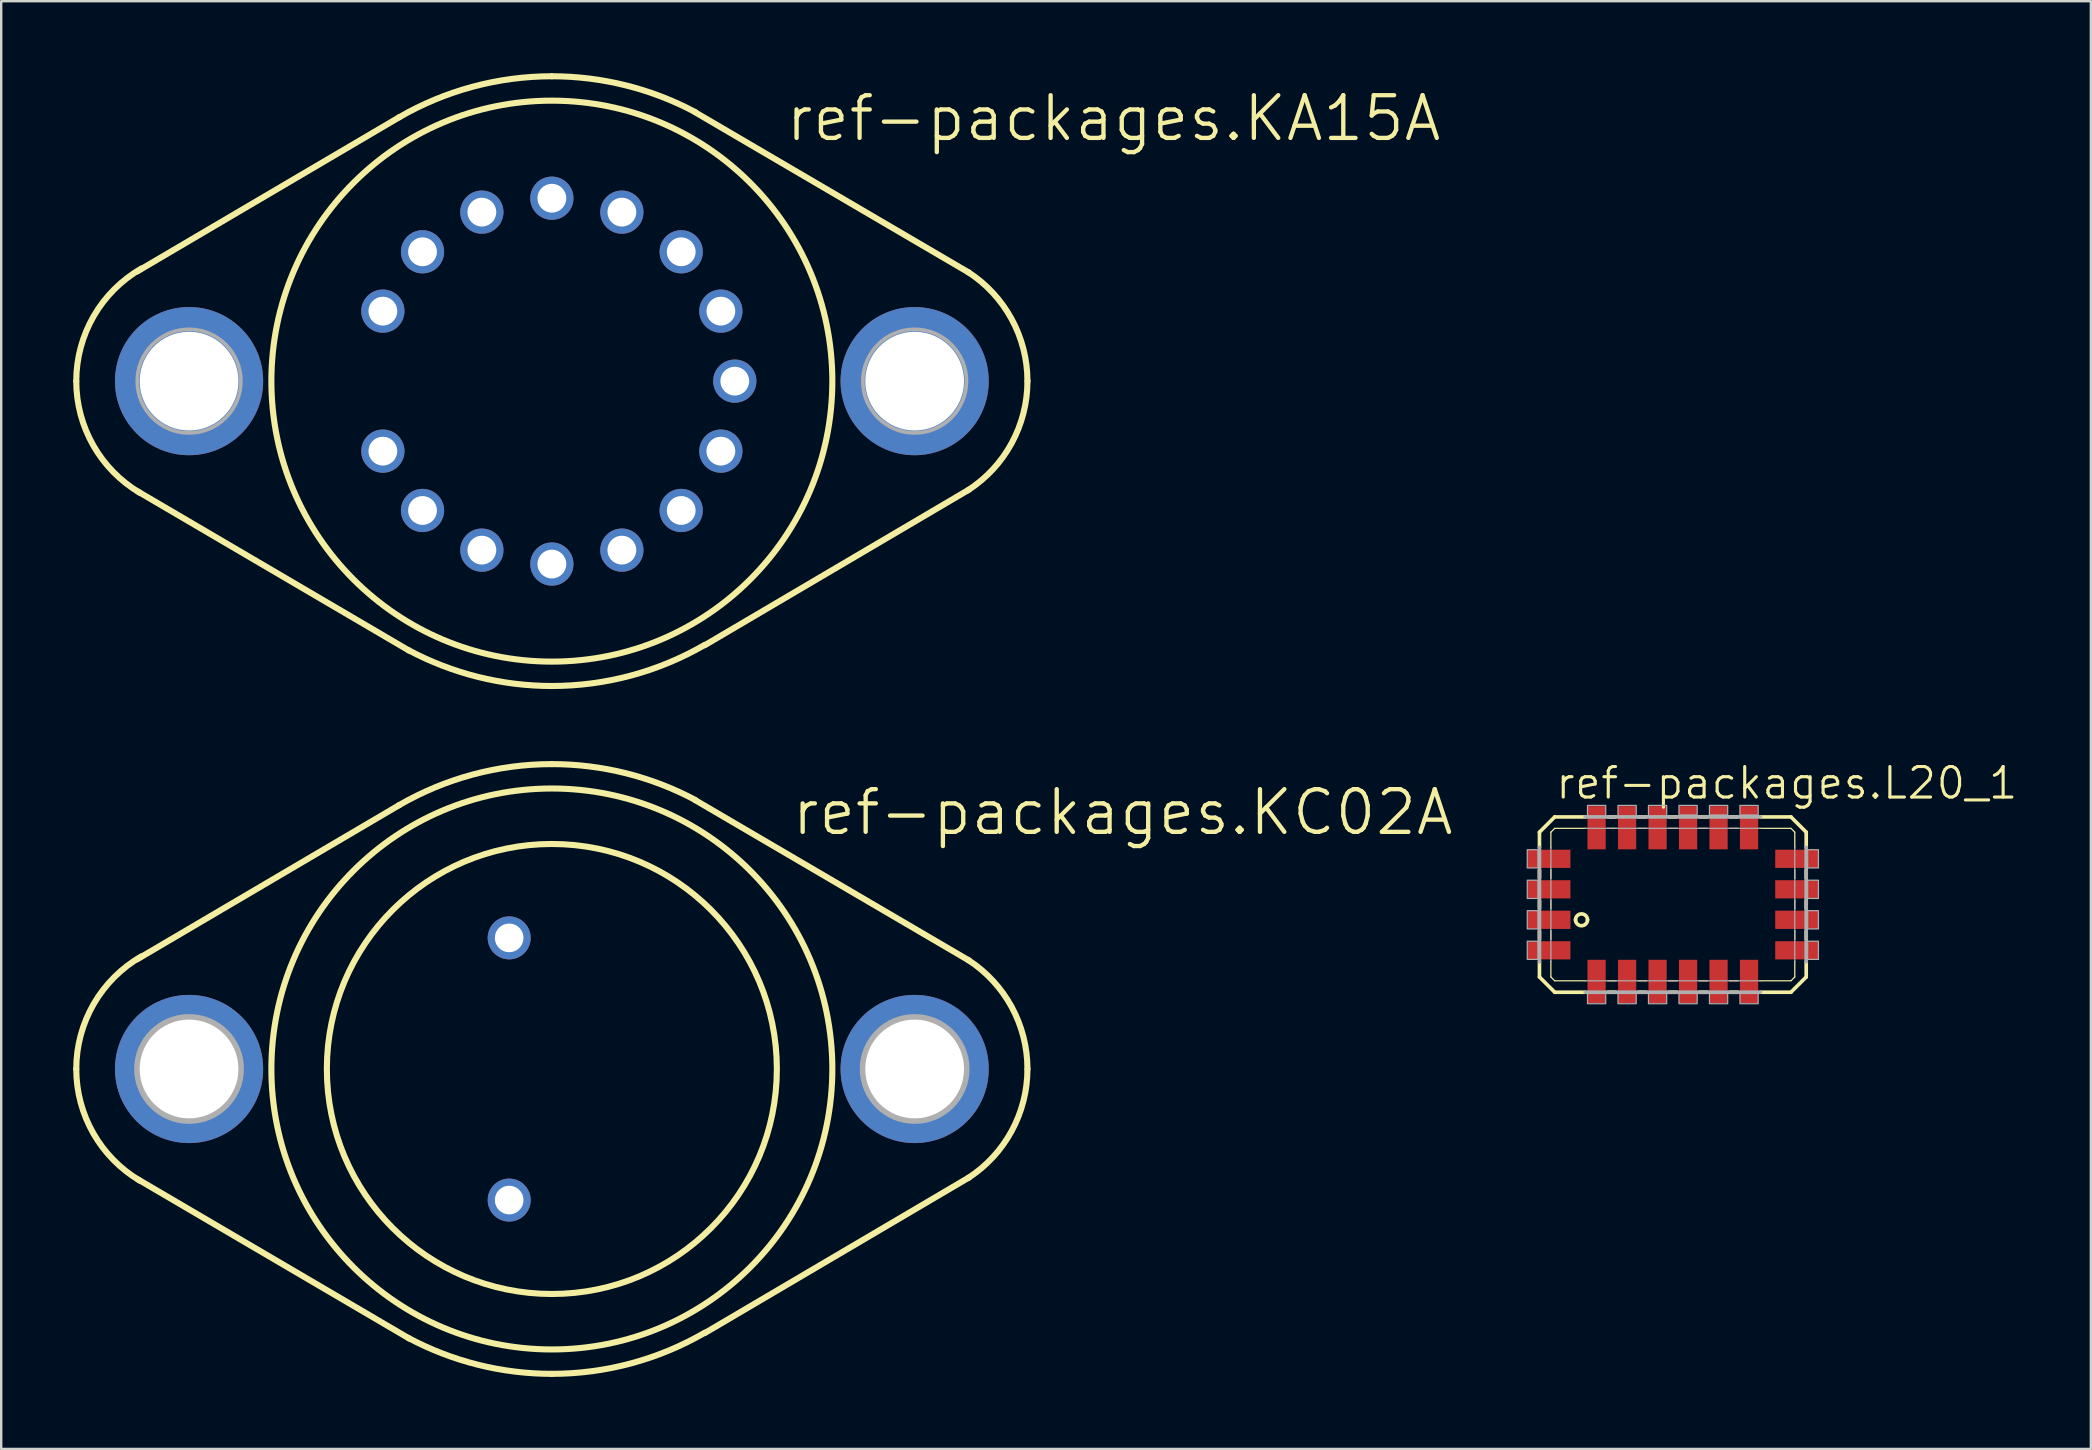
<source format=kicad_pcb>
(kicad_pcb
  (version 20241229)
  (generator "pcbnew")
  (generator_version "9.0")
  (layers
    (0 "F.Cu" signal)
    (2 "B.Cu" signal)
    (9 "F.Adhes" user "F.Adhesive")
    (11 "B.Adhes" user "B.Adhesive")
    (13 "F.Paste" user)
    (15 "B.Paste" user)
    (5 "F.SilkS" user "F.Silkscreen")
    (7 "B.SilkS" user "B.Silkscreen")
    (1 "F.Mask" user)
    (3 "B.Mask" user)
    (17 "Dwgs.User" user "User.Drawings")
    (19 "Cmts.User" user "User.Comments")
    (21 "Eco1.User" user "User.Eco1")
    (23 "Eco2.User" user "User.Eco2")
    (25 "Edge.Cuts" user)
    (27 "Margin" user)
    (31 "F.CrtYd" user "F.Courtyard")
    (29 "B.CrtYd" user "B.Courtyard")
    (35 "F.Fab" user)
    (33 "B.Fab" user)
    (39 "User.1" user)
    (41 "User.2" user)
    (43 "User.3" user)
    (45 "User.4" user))
  (footprint "ref-packages.KA15A"
    (layer "F.Cu")
    (at 19.939 12.827)
    (property "Reference" "ref-packages.KA15A" (at 9.652 -9.906 0) (layer "F.SilkS") (effects (font (size 1.778 1.778) (thickness 0.18)) (justify left bottom)))
    (attr through_hole)
    (fp_line (start -6.35 -10.998) (end -17.272 -4.572) (stroke (width 0.254) (type default)) (layer "F.SilkS"))
    (fp_line (start -5.944 11.227) (end -17.247 4.597) (stroke (width 0.254) (type default)) (layer "F.SilkS"))
    (fp_line (start 5.969 -11.201) (end 17.374 -4.521) (stroke (width 0.254) (type default)) (layer "F.SilkS"))
    (fp_line (start 6.375 10.998) (end 17.374 4.521) (stroke (width 0.254) (type default)) (layer "F.SilkS"))
    (fp_arc (start -19.812 0) (mid -19.08306 -2.712168) (end -17.0927 -4.6935) (stroke (width 0.254) (type default)) (layer "F.SilkS"))
    (fp_arc (start -17.1555 4.657) (mid -19.101186 2.680705) (end -19.812 0) (stroke (width 0.254) (type default)) (layer "F.SilkS"))
    (fp_arc (start -6.3718 -10.9859) (mid -3.299165 -12.263989) (end 0 -12.7) (stroke (width 0.254) (type default)) (layer "F.SilkS"))
    (fp_arc (start 0 -12.7) (mid 3.080216 -12.320822) (end 5.9765 -11.2059) (stroke (width 0.254) (type default)) (layer "F.SilkS"))
    (fp_arc (start 0 12.7) (mid -3.080216 12.320822) (end -5.9765 11.2059) (stroke (width 0.254) (type default)) (layer "F.SilkS"))
    (fp_arc (start 6.3718 10.9859) (mid 3.299165 12.263989) (end 0 12.7) (stroke (width 0.254) (type default)) (layer "F.SilkS"))
    (fp_arc (start 17.3366 -4.545) (mid 19.153012 -2.587691) (end 19.812 0) (stroke (width 0.254) (type default)) (layer "F.SilkS"))
    (fp_arc (start 19.812 0) (mid 19.153012 2.587691) (end 17.3366 4.545) (stroke (width 0.254) (type default)) (layer "F.SilkS"))
    (fp_circle (center 0 0) (end 11.684 0) (stroke (width 0.254) (type default)) (fill no) (layer "F.SilkS"))
    (fp_circle (center -15.113 0) (end -12.954 0) (stroke (width 0.152) (type default)) (fill no) (layer "F.Fab"))
    (fp_circle (center 15.113 0) (end 17.272 0) (stroke (width 0.152) (type default)) (fill no) (layer "F.Fab"))
    (pad "1" thru_hole circle (at -7.04 2.916) (size 1.8 1.8) (drill 1.2) (layers "*.Cu" "*.Mask"))
    (pad "2" thru_hole circle (at -5.388 5.388) (size 1.8 1.8) (drill 1.2) (layers "*.Cu" "*.Mask"))
    (pad "3" thru_hole circle (at -2.916 7.04) (size 1.8 1.8) (drill 1.2) (layers "*.Cu" "*.Mask"))
    (pad "4" thru_hole circle (at 0 7.62) (size 1.8 1.8) (drill 1.2) (layers "*.Cu" "*.Mask"))
    (pad "5" thru_hole circle (at 2.916 7.04) (size 1.8 1.8) (drill 1.2) (layers "*.Cu" "*.Mask"))
    (pad "6" thru_hole circle (at 5.388 5.388) (size 1.8 1.8) (drill 1.2) (layers "*.Cu" "*.Mask"))
    (pad "7" thru_hole circle (at 7.04 2.916) (size 1.8 1.8) (drill 1.2) (layers "*.Cu" "*.Mask"))
    (pad "8" thru_hole circle (at 7.62 0) (size 1.8 1.8) (drill 1.2) (layers "*.Cu" "*.Mask"))
    (pad "9" thru_hole circle (at 7.04 -2.916) (size 1.8 1.8) (drill 1.2) (layers "*.Cu" "*.Mask"))
    (pad "10" thru_hole circle (at 5.388 -5.388) (size 1.8 1.8) (drill 1.2) (layers "*.Cu" "*.Mask"))
    (pad "11" thru_hole circle (at 2.916 -7.04) (size 1.8 1.8) (drill 1.2) (layers "*.Cu" "*.Mask"))
    (pad "12" thru_hole circle (at 0 -7.62) (size 1.8 1.8) (drill 1.2) (layers "*.Cu" "*.Mask"))
    (pad "13" thru_hole circle (at -2.916 -7.04) (size 1.8 1.8) (drill 1.2) (layers "*.Cu" "*.Mask"))
    (pad "14" thru_hole circle (at -5.388 -5.388) (size 1.8 1.8) (drill 1.2) (layers "*.Cu" "*.Mask"))
    (pad "15" thru_hole circle (at -7.04 -2.916) (size 1.8 1.8) (drill 1.2) (layers "*.Cu" "*.Mask"))
    (pad "16" thru_hole circle (at -15.113 0) (size 6.172 6.172) (drill 4.115) (layers "*.Cu" "*.Mask"))
    (pad "16/" thru_hole circle (at 15.113 0) (size 6.172 6.172) (drill 4.115) (layers "*.Cu" "*.Mask")))
  (footprint "ref-packages.L20_1"
    (layer "F.Cu")
    (at 66.001 34.632)
    (property "Reference" "ref-packages.L20_1" (at -4.318 -4.318 0) (layer "F.SilkS") (effects (font (size 1.27 1.27) (thickness 0.13)) (justify left bottom)))
    (attr smd)
    (fp_line (start -4.921 -3.016) (end -4.921 -2.381) (stroke (width 0.152) (type default)) (layer "F.SilkS"))
    (fp_line (start -4.921 -1.429) (end -4.921 -1.111) (stroke (width 0.152) (type default)) (layer "F.SilkS"))
    (fp_line (start -4.921 -0.159) (end -4.921 0.159) (stroke (width 0.152) (type default)) (layer "F.SilkS"))
    (fp_line (start -4.921 1.111) (end -4.921 1.429) (stroke (width 0.152) (type default)) (layer "F.SilkS"))
    (fp_line (start -4.921 2.381) (end -4.921 3.016) (stroke (width 0.152) (type default)) (layer "F.SilkS"))
    (fp_line (start -4.921 3.016) (end -4.286 3.651) (stroke (width 0.152) (type default)) (layer "F.SilkS"))
    (fp_line (start -4.445 -3.016) (end -4.286 -3.175) (stroke (width 0.051) (type default)) (layer "F.SilkS"))
    (fp_line (start -4.445 -2.353) (end -4.445 -3.016) (stroke (width 0.051) (type default)) (layer "F.SilkS"))
    (fp_line (start -4.445 -1.083) (end -4.445 -1.457) (stroke (width 0.051) (type default)) (layer "F.SilkS"))
    (fp_line (start -4.445 0.187) (end -4.445 -0.187) (stroke (width 0.051) (type default)) (layer "F.SilkS"))
    (fp_line (start -4.445 1.457) (end -4.445 1.083) (stroke (width 0.051) (type default)) (layer "F.SilkS"))
    (fp_line (start -4.445 3.016) (end -4.445 2.353) (stroke (width 0.051) (type default)) (layer "F.SilkS"))
    (fp_line (start -4.286 -3.651) (end -4.921 -3.016) (stroke (width 0.152) (type default)) (layer "F.SilkS"))
    (fp_line (start -4.286 -3.175) (end -2.988 -3.175) (stroke (width 0.051) (type default)) (layer "F.SilkS"))
    (fp_line (start -4.286 3.175) (end -4.445 3.016) (stroke (width 0.051) (type default)) (layer "F.SilkS"))
    (fp_line (start -4.286 3.651) (end -3.016 3.651) (stroke (width 0.152) (type default)) (layer "F.SilkS"))
    (fp_line (start -3.016 -3.651) (end -4.286 -3.651) (stroke (width 0.152) (type default)) (layer "F.SilkS"))
    (fp_line (start -2.991 3.175) (end -4.286 3.175) (stroke (width 0.051) (type default)) (layer "F.SilkS"))
    (fp_line (start -2.092 -3.175) (end -1.718 -3.175) (stroke (width 0.051) (type default)) (layer "F.SilkS"))
    (fp_line (start -2.064 3.651) (end -1.746 3.651) (stroke (width 0.152) (type default)) (layer "F.SilkS"))
    (fp_line (start -1.746 -3.651) (end -2.064 -3.651) (stroke (width 0.152) (type default)) (layer "F.SilkS"))
    (fp_line (start -1.718 3.175) (end -2.092 3.175) (stroke (width 0.051) (type default)) (layer "F.SilkS"))
    (fp_line (start -0.822 -3.175) (end -0.448 -3.175) (stroke (width 0.051) (type default)) (layer "F.SilkS"))
    (fp_line (start -0.794 3.651) (end -0.476 3.651) (stroke (width 0.152) (type default)) (layer "F.SilkS"))
    (fp_line (start -0.476 -3.651) (end -0.794 -3.651) (stroke (width 0.152) (type default)) (layer "F.SilkS"))
    (fp_line (start -0.448 3.175) (end -0.822 3.175) (stroke (width 0.051) (type default)) (layer "F.SilkS"))
    (fp_line (start 0.448 -3.175) (end 0.822 -3.175) (stroke (width 0.051) (type default)) (layer "F.SilkS"))
    (fp_line (start 0.476 3.651) (end 0.794 3.651) (stroke (width 0.152) (type default)) (layer "F.SilkS"))
    (fp_line (start 0.794 -3.651) (end 0.476 -3.651) (stroke (width 0.152) (type default)) (layer "F.SilkS"))
    (fp_line (start 0.822 3.175) (end 0.448 3.175) (stroke (width 0.051) (type default)) (layer "F.SilkS"))
    (fp_line (start 1.718 -3.175) (end 2.092 -3.175) (stroke (width 0.051) (type default)) (layer "F.SilkS"))
    (fp_line (start 1.746 3.651) (end 2.064 3.651) (stroke (width 0.152) (type default)) (layer "F.SilkS"))
    (fp_line (start 2.064 -3.651) (end 1.746 -3.651) (stroke (width 0.152) (type default)) (layer "F.SilkS"))
    (fp_line (start 2.092 3.175) (end 1.718 3.175) (stroke (width 0.051) (type default)) (layer "F.SilkS"))
    (fp_line (start 2.988 -3.175) (end 3.362 -3.175) (stroke (width 0.051) (type default)) (layer "F.SilkS"))
    (fp_line (start 3.016 3.651) (end 3.334 3.651) (stroke (width 0.152) (type default)) (layer "F.SilkS"))
    (fp_line (start 3.334 -3.651) (end 3.016 -3.651) (stroke (width 0.152) (type default)) (layer "F.SilkS"))
    (fp_line (start 3.362 3.175) (end 2.988 3.175) (stroke (width 0.051) (type default)) (layer "F.SilkS"))
    (fp_line (start 4.258 -3.175) (end 5.556 -3.175) (stroke (width 0.051) (type default)) (layer "F.SilkS"))
    (fp_line (start 4.286 3.651) (end 5.556 3.651) (stroke (width 0.152) (type default)) (layer "F.SilkS"))
    (fp_line (start 5.556 -3.651) (end 4.286 -3.651) (stroke (width 0.152) (type default)) (layer "F.SilkS"))
    (fp_line (start 5.556 -3.175) (end 5.715 -3.016) (stroke (width 0.051) (type default)) (layer "F.SilkS"))
    (fp_line (start 5.556 3.175) (end 4.258 3.175) (stroke (width 0.051) (type default)) (layer "F.SilkS"))
    (fp_line (start 5.556 3.651) (end 6.191 3.016) (stroke (width 0.152) (type default)) (layer "F.SilkS"))
    (fp_line (start 5.715 -3.016) (end 5.715 -2.353) (stroke (width 0.051) (type default)) (layer "F.SilkS"))
    (fp_line (start 5.715 -1.457) (end 5.715 -1.083) (stroke (width 0.051) (type default)) (layer "F.SilkS"))
    (fp_line (start 5.715 -0.187) (end 5.715 0.187) (stroke (width 0.051) (type default)) (layer "F.SilkS"))
    (fp_line (start 5.715 1.083) (end 5.715 1.457) (stroke (width 0.051) (type default)) (layer "F.SilkS"))
    (fp_line (start 5.715 2.353) (end 5.715 3.016) (stroke (width 0.051) (type default)) (layer "F.SilkS"))
    (fp_line (start 5.715 3.016) (end 5.556 3.175) (stroke (width 0.051) (type default)) (layer "F.SilkS"))
    (fp_line (start 6.191 -3.016) (end 5.556 -3.651) (stroke (width 0.152) (type default)) (layer "F.SilkS"))
    (fp_line (start 6.191 -2.381) (end 6.191 -3.016) (stroke (width 0.152) (type default)) (layer "F.SilkS"))
    (fp_line (start 6.191 -1.111) (end 6.191 -1.429) (stroke (width 0.152) (type default)) (layer "F.SilkS"))
    (fp_line (start 6.191 0.159) (end 6.191 -0.159) (stroke (width 0.152) (type default)) (layer "F.SilkS"))
    (fp_line (start 6.191 1.429) (end 6.191 1.111) (stroke (width 0.152) (type default)) (layer "F.SilkS"))
    (fp_line (start 6.191 3.016) (end 6.191 2.381) (stroke (width 0.152) (type default)) (layer "F.SilkS"))
    (fp_arc (start -3.419 0.639) (mid -3.169 0.389) (end -2.919 0.639) (stroke (width 0.1524) (type default)) (layer "F.SilkS"))
    (fp_arc (start -2.919 0.631) (mid -3.169 0.881) (end -3.419 0.631) (stroke (width 0.1524) (type default)) (layer "F.SilkS"))
    (fp_line (start -4.921 -2.381) (end -4.921 2.381) (stroke (width 0.152) (type default)) (layer "F.Fab"))
    (fp_line (start -4.445 2.381) (end -4.445 -2.381) (stroke (width 0.051) (type default)) (layer "F.Fab"))
    (fp_line (start -3.016 -3.175) (end 4.286 -3.175) (stroke (width 0.051) (type default)) (layer "F.Fab"))
    (fp_line (start -3.016 3.651) (end 4.286 3.651) (stroke (width 0.152) (type default)) (layer "F.Fab"))
    (fp_line (start 0.95 -3.68) (end 1.59 -3.68) (stroke (width 0.152) (type default)) (layer "F.Fab"))
    (fp_line (start 2.22 -3.68) (end 2.86 -3.68) (stroke (width 0.152) (type default)) (layer "F.Fab"))
    (fp_line (start 3.49 -3.68) (end 4.13 -3.68) (stroke (width 0.152) (type default)) (layer "F.Fab"))
    (fp_line (start 4.286 -3.651) (end -3.016 -3.651) (stroke (width 0.152) (type default)) (layer "F.Fab"))
    (fp_line (start 4.286 3.175) (end -3.016 3.175) (stroke (width 0.051) (type default)) (layer "F.Fab"))
    (fp_line (start 5.715 -2.381) (end 5.715 2.381) (stroke (width 0.051) (type default)) (layer "F.Fab"))
    (fp_line (start 6.191 2.381) (end 6.191 -2.381) (stroke (width 0.152) (type default)) (layer "F.Fab"))
    (fp_rect (start -5.43 -1.525) (end -4.98 -2.285) (stroke (width 0.05) (type default)) (fill no) (layer "F.Fab"))
    (fp_rect (start -5.43 -0.255) (end -4.98 -1.015) (stroke (width 0.05) (type default)) (fill no) (layer "F.Fab"))
    (fp_rect (start -5.43 1.015) (end -4.98 0.255) (stroke (width 0.05) (type default)) (fill no) (layer "F.Fab"))
    (fp_rect (start -5.43 2.285) (end -4.98 1.525) (stroke (width 0.05) (type default)) (fill no) (layer "F.Fab"))
    (fp_rect (start -2.92 -3.68) (end -2.16 -4.13) (stroke (width 0.05) (type default)) (fill no) (layer "F.Fab"))
    (fp_rect (start -2.92 4.13) (end -2.16 3.68) (stroke (width 0.05) (type default)) (fill no) (layer "F.Fab"))
    (fp_rect (start -1.65 -3.68) (end -0.89 -4.13) (stroke (width 0.05) (type default)) (fill no) (layer "F.Fab"))
    (fp_rect (start -1.65 4.13) (end -0.89 3.68) (stroke (width 0.05) (type default)) (fill no) (layer "F.Fab"))
    (fp_rect (start -0.38 -3.68) (end 0.38 -4.13) (stroke (width 0.05) (type default)) (fill no) (layer "F.Fab"))
    (fp_rect (start -0.38 4.13) (end 0.38 3.68) (stroke (width 0.05) (type default)) (fill no) (layer "F.Fab"))
    (fp_rect (start 0.89 -3.68) (end 1.65 -4.13) (stroke (width 0.05) (type default)) (fill no) (layer "F.Fab"))
    (fp_rect (start 0.89 4.13) (end 1.65 3.68) (stroke (width 0.05) (type default)) (fill no) (layer "F.Fab"))
    (fp_rect (start 2.16 -3.68) (end 2.92 -4.13) (stroke (width 0.05) (type default)) (fill no) (layer "F.Fab"))
    (fp_rect (start 2.16 4.13) (end 2.92 3.68) (stroke (width 0.05) (type default)) (fill no) (layer "F.Fab"))
    (fp_rect (start 3.43 -3.68) (end 4.19 -4.13) (stroke (width 0.05) (type default)) (fill no) (layer "F.Fab"))
    (fp_rect (start 3.43 4.13) (end 4.19 3.68) (stroke (width 0.05) (type default)) (fill no) (layer "F.Fab"))
    (fp_rect (start 6.25 -1.525) (end 6.7 -2.285) (stroke (width 0.05) (type default)) (fill no) (layer "F.Fab"))
    (fp_rect (start 6.25 -0.255) (end 6.7 -1.015) (stroke (width 0.05) (type default)) (fill no) (layer "F.Fab"))
    (fp_rect (start 6.25 1.015) (end 6.7 0.255) (stroke (width 0.05) (type default)) (fill no) (layer "F.Fab"))
    (fp_rect (start 6.25 2.285) (end 6.7 1.525) (stroke (width 0.05) (type default)) (fill no) (layer "F.Fab"))
    (pad "1" smd roundrect (at -4.53 0.635) (size 1.8 0.76) (layers "F.Cu" "F.Mask" "F.Paste") (roundrect_rratio 0.01))
    (pad "2" smd roundrect (at -4.53 1.905) (size 1.8 0.76) (layers "F.Cu" "F.Mask" "F.Paste") (roundrect_rratio 0.01))
    (pad "3" smd roundrect (at -2.54 3.2) (size 0.76 1.8) (layers "F.Cu" "F.Mask" "F.Paste") (roundrect_rratio 0.01))
    (pad "4" smd roundrect (at -1.27 3.2) (size 0.76 1.8) (layers "F.Cu" "F.Mask" "F.Paste") (roundrect_rratio 0.01))
    (pad "5" smd roundrect (at 0 3.2) (size 0.76 1.8) (layers "F.Cu" "F.Mask" "F.Paste") (roundrect_rratio 0.01))
    (pad "6" smd roundrect (at 1.27 3.2) (size 0.76 1.8) (layers "F.Cu" "F.Mask" "F.Paste") (roundrect_rratio 0.01))
    (pad "7" smd roundrect (at 2.54 3.2) (size 0.76 1.8) (layers "F.Cu" "F.Mask" "F.Paste") (roundrect_rratio 0.01))
    (pad "8" smd roundrect (at 3.81 3.2) (size 0.76 1.8) (layers "F.Cu" "F.Mask" "F.Paste") (roundrect_rratio 0.01))
    (pad "9" smd roundrect (at 5.8 1.905) (size 1.8 0.76) (layers "F.Cu" "F.Mask" "F.Paste") (roundrect_rratio 0.01))
    (pad "10" smd roundrect (at 5.8 0.635) (size 1.8 0.76) (layers "F.Cu" "F.Mask" "F.Paste") (roundrect_rratio 0.01))
    (pad "11" smd roundrect (at 5.8 -0.635) (size 1.8 0.76) (layers "F.Cu" "F.Mask" "F.Paste") (roundrect_rratio 0.01))
    (pad "12" smd roundrect (at 5.8 -1.905) (size 1.8 0.76) (layers "F.Cu" "F.Mask" "F.Paste") (roundrect_rratio 0.01))
    (pad "13" smd roundrect (at 3.81 -3.2) (size 0.76 1.8) (layers "F.Cu" "F.Mask" "F.Paste") (roundrect_rratio 0.01))
    (pad "14" smd roundrect (at 2.54 -3.2) (size 0.76 1.8) (layers "F.Cu" "F.Mask" "F.Paste") (roundrect_rratio 0.01))
    (pad "15" smd roundrect (at 1.27 -3.2) (size 0.76 1.8) (layers "F.Cu" "F.Mask" "F.Paste") (roundrect_rratio 0.01))
    (pad "16" smd roundrect (at 0 -3.2) (size 0.76 1.8) (layers "F.Cu" "F.Mask" "F.Paste") (roundrect_rratio 0.01))
    (pad "17" smd roundrect (at -1.27 -3.2) (size 0.76 1.8) (layers "F.Cu" "F.Mask" "F.Paste") (roundrect_rratio 0.01))
    (pad "18" smd roundrect (at -2.54 -3.2) (size 0.76 1.8) (layers "F.Cu" "F.Mask" "F.Paste") (roundrect_rratio 0.01))
    (pad "19" smd roundrect (at -4.53 -1.905) (size 1.8 0.76) (layers "F.Cu" "F.Mask" "F.Paste") (roundrect_rratio 0.01))
    (pad "20" smd roundrect (at -4.53 -0.635) (size 1.8 0.76) (layers "F.Cu" "F.Mask" "F.Paste") (roundrect_rratio 0.01)))
  (footprint "ref-packages.KC02A"
    (layer "F.Cu")
    (at 19.939 41.481)
    (property "Reference" "ref-packages.KC02A" (at 9.906 -9.652 0) (layer "F.SilkS") (effects (font (size 1.778 1.778) (thickness 0.18)) (justify left bottom)))
    (attr through_hole)
    (fp_line (start -6.35 -10.998) (end -17.272 -4.572) (stroke (width 0.254) (type default)) (layer "F.SilkS"))
    (fp_line (start -5.944 11.227) (end -17.247 4.597) (stroke (width 0.254) (type default)) (layer "F.SilkS"))
    (fp_line (start 5.969 -11.201) (end 17.374 -4.521) (stroke (width 0.254) (type default)) (layer "F.SilkS"))
    (fp_line (start 6.375 10.998) (end 17.374 4.521) (stroke (width 0.254) (type default)) (layer "F.SilkS"))
    (fp_arc (start -19.812 0) (mid -19.08306 -2.712168) (end -17.0927 -4.6935) (stroke (width 0.254) (type default)) (layer "F.SilkS"))
    (fp_arc (start -17.1555 4.657) (mid -19.101186 2.680705) (end -19.812 0) (stroke (width 0.254) (type default)) (layer "F.SilkS"))
    (fp_arc (start -6.3718 -10.9859) (mid -3.299165 -12.263989) (end 0 -12.7) (stroke (width 0.254) (type default)) (layer "F.SilkS"))
    (fp_arc (start 0 -12.7) (mid 3.080216 -12.320822) (end 5.9765 -11.2059) (stroke (width 0.254) (type default)) (layer "F.SilkS"))
    (fp_arc (start 0 12.7) (mid -3.080216 12.320822) (end -5.9765 11.2059) (stroke (width 0.254) (type default)) (layer "F.SilkS"))
    (fp_arc (start 6.3718 10.9859) (mid 3.299165 12.263989) (end 0 12.7) (stroke (width 0.254) (type default)) (layer "F.SilkS"))
    (fp_arc (start 17.3366 -4.545) (mid 19.153012 -2.587691) (end 19.812 0) (stroke (width 0.254) (type default)) (layer "F.SilkS"))
    (fp_arc (start 19.812 0) (mid 19.153012 2.587691) (end 17.3366 4.545) (stroke (width 0.254) (type default)) (layer "F.SilkS"))
    (fp_circle (center 0 0) (end 9.373 0) (stroke (width 0.254) (type default)) (fill no) (layer "F.SilkS"))
    (fp_circle (center 0 0) (end 11.684 0) (stroke (width 0.254) (type default)) (fill no) (layer "F.SilkS"))
    (fp_circle (center -15.113 0) (end -12.954 0) (stroke (width 0.254) (type default)) (fill no) (layer "F.Fab"))
    (fp_circle (center 15.113 0) (end 17.272 0) (stroke (width 0.254) (type default)) (fill no) (layer "F.Fab"))
    (pad "1" thru_hole circle (at -1.778 -5.461) (size 1.791 1.791) (drill 1.194) (layers "*.Cu" "*.Mask"))
    (pad "2" thru_hole circle (at -1.778 5.461) (size 1.791 1.791) (drill 1.194) (layers "*.Cu" "*.Mask"))
    (pad "3" thru_hole circle (at 15.113 0) (size 6.172 6.172) (drill 4.115) (layers "*.Cu" "*.Mask"))
    (pad "3/" thru_hole circle (at -15.113 0) (size 6.172 6.172) (drill 4.115) (layers "*.Cu" "*.Mask")))
  (gr_rect
    (start -3 -3)
    (end 84.05 57.308)
    (stroke (width 0.1) (type default))
    (fill no)
    (layer "Edge.Cuts")))
</source>
